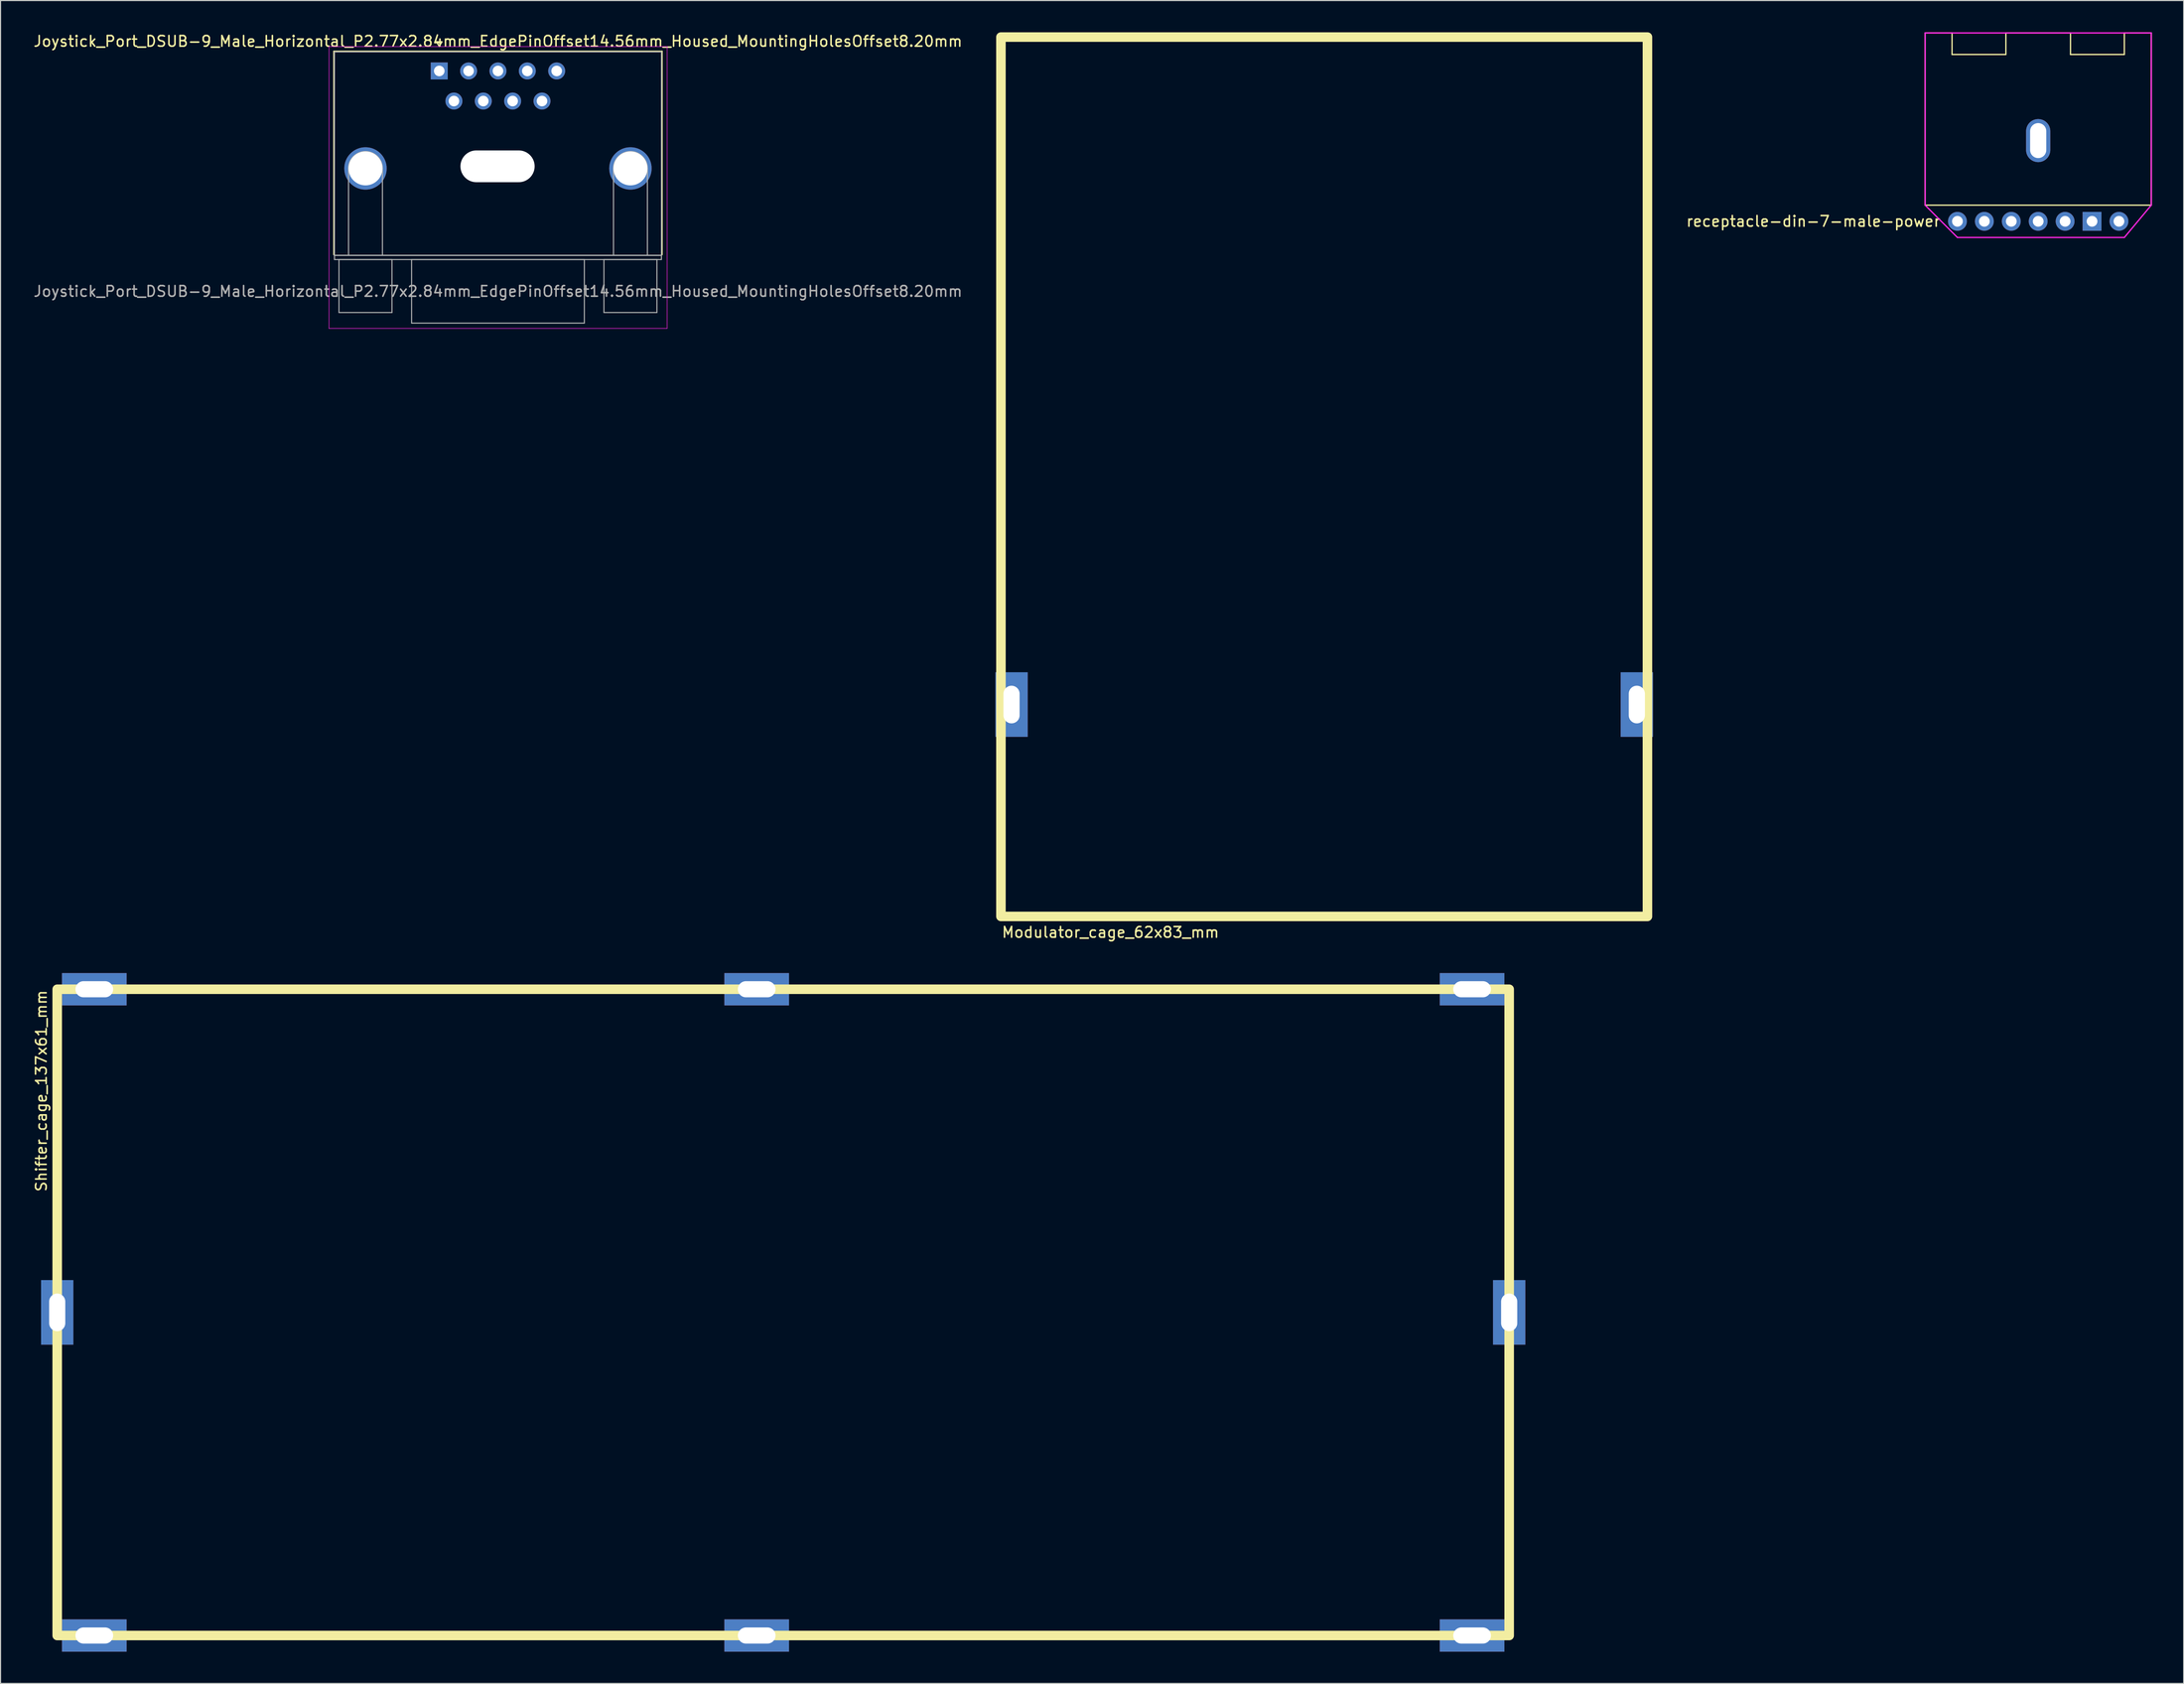
<source format=kicad_pcb>
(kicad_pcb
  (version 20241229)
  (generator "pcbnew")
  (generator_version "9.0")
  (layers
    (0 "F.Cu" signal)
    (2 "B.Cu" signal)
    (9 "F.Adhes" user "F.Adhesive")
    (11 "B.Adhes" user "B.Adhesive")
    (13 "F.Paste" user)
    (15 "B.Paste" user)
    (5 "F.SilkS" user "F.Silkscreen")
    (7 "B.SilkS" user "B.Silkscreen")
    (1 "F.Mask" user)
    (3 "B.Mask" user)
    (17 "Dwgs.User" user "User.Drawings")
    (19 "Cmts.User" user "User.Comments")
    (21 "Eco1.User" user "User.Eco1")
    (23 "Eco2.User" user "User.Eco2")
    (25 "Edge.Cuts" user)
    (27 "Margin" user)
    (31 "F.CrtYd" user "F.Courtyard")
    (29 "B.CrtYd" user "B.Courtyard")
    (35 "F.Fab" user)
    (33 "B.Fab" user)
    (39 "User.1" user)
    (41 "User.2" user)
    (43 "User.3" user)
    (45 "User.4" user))
  (footprint "Shifter_cage_137x61_mm"
    (layer "F.Cu")
    (at 70.848 120.822)
    (property "Reference" "Shifter_cage_137x61_mm" (at -70 -30.5 90) (unlocked yes) (layer "F.SilkS") (effects (font (size 1 1) (thickness 0.15)) (justify right)))
    (attr through_hole)
    (fp_rect (start -68.5 -30.5) (end 68.5 30.5) (stroke (width 0.9) (type default)) (fill no) (layer "F.SilkS"))
    (pad "1" thru_hole rect (at -68.5 0) (size 3.048 6.096) (drill oval 1.524 3.556) (layers "*.Cu" "*.Mask"))
    (pad "2" thru_hole rect (at -65 30.5) (size 6.096 3.048) (drill oval 3.556 1.524) (layers "*.Cu" "*.Mask"))
    (pad "3" thru_hole rect (at -2.5 30.5) (size 6.096 3.048) (drill oval 3.556 1.524) (layers "*.Cu" "*.Mask"))
    (pad "4" thru_hole rect (at 65 30.5) (size 6.096 3.048) (drill oval 3.556 1.524) (layers "*.Cu" "*.Mask"))
    (pad "5" thru_hole rect (at 68.5 0) (size 3.048 6.096) (drill oval 1.524 3.556) (layers "*.Cu" "*.Mask"))
    (pad "6" thru_hole rect (at 65 -30.5) (size 6.096 3.048) (drill oval 3.556 1.524) (layers "*.Cu" "*.Mask"))
    (pad "7" thru_hole rect (at -2.5 -30.5) (size 6.096 3.048) (drill oval 3.556 1.524) (layers "*.Cu" "*.Mask"))
    (pad "8" thru_hole rect (at -65 -30.5) (size 6.096 3.048) (drill oval 3.556 1.524) (layers "*.Cu" "*.Mask")))
  (footprint "Joystick_Port_DSUB-9_Male_Horizontal_P2.77x2.84mm_EdgePinOffset14.56mm_Housed_MountingHolesOffset8.20mm"
    (layer "F.Cu")
    (at 38.395 3.648)
    (property "Reference" "Joystick_Port_DSUB-9_Male_Horizontal_P2.77x2.84mm_EdgePinOffset14.56mm_Housed_MountingHolesOffset8.20mm" (at 5.54 -2.8 0) (layer "F.SilkS") (effects (font (size 1 1) (thickness 0.15))))
    (attr through_hole)
    (fp_line (start -9.945 -1.86) (end 21.025 -1.86) (stroke (width 0.12) (type solid)) (layer "F.SilkS"))
    (fp_line (start -9.945 17.34) (end -9.945 -1.86) (stroke (width 0.12) (type solid)) (layer "F.SilkS"))
    (fp_line (start -0.25 -2.754) (end 0.25 -2.754) (stroke (width 0.12) (type solid)) (layer "F.SilkS"))
    (fp_line (start 0 -2.321) (end -0.25 -2.754) (stroke (width 0.12) (type solid)) (layer "F.SilkS"))
    (fp_line (start 0.25 -2.754) (end 0 -2.321) (stroke (width 0.12) (type solid)) (layer "F.SilkS"))
    (fp_line (start 21.025 -1.86) (end 21.025 17.34) (stroke (width 0.12) (type solid)) (layer "F.SilkS"))
    (fp_line (start -10.4 -2.3) (end -10.4 24.3) (stroke (width 0.05) (type solid)) (layer "F.CrtYd"))
    (fp_line (start -10.4 24.3) (end 21.5 24.3) (stroke (width 0.05) (type solid)) (layer "F.CrtYd"))
    (fp_line (start 21.5 -2.3) (end -10.4 -2.3) (stroke (width 0.05) (type solid)) (layer "F.CrtYd"))
    (fp_line (start 21.5 24.3) (end 21.5 -2.3) (stroke (width 0.05) (type solid)) (layer "F.CrtYd"))
    (fp_line (start -9.885 -1.8) (end -9.885 17.4) (stroke (width 0.1) (type solid)) (layer "F.Fab"))
    (fp_line (start -9.885 17.4) (end -9.885 17.8) (stroke (width 0.1) (type solid)) (layer "F.Fab"))
    (fp_line (start -9.885 17.4) (end 20.965 17.4) (stroke (width 0.1) (type solid)) (layer "F.Fab"))
    (fp_line (start -9.885 17.8) (end 20.965 17.8) (stroke (width 0.1) (type solid)) (layer "F.Fab"))
    (fp_line (start -9.46 17.8) (end -9.46 22.8) (stroke (width 0.1) (type solid)) (layer "F.Fab"))
    (fp_line (start -9.46 22.8) (end -4.46 22.8) (stroke (width 0.1) (type solid)) (layer "F.Fab"))
    (fp_line (start -8.56 17.4) (end -8.56 9.2) (stroke (width 0.1) (type solid)) (layer "F.Fab"))
    (fp_line (start -5.36 17.4) (end -5.36 9.2) (stroke (width 0.1) (type solid)) (layer "F.Fab"))
    (fp_line (start -4.46 17.8) (end -9.46 17.8) (stroke (width 0.1) (type solid)) (layer "F.Fab"))
    (fp_line (start -4.46 22.8) (end -4.46 17.8) (stroke (width 0.1) (type solid)) (layer "F.Fab"))
    (fp_line (start -2.61 17.8) (end -2.61 23.8) (stroke (width 0.1) (type solid)) (layer "F.Fab"))
    (fp_line (start -2.61 23.8) (end 13.69 23.8) (stroke (width 0.1) (type solid)) (layer "F.Fab"))
    (fp_line (start 13.69 17.8) (end -2.61 17.8) (stroke (width 0.1) (type solid)) (layer "F.Fab"))
    (fp_line (start 13.69 23.8) (end 13.69 17.8) (stroke (width 0.1) (type solid)) (layer "F.Fab"))
    (fp_line (start 15.54 17.8) (end 15.54 22.8) (stroke (width 0.1) (type solid)) (layer "F.Fab"))
    (fp_line (start 15.54 22.8) (end 20.54 22.8) (stroke (width 0.1) (type solid)) (layer "F.Fab"))
    (fp_line (start 16.44 17.4) (end 16.44 9.2) (stroke (width 0.1) (type solid)) (layer "F.Fab"))
    (fp_line (start 19.64 17.4) (end 19.64 9.2) (stroke (width 0.1) (type solid)) (layer "F.Fab"))
    (fp_line (start 20.54 17.8) (end 15.54 17.8) (stroke (width 0.1) (type solid)) (layer "F.Fab"))
    (fp_line (start 20.54 22.8) (end 20.54 17.8) (stroke (width 0.1) (type solid)) (layer "F.Fab"))
    (fp_line (start 20.965 -1.8) (end -9.885 -1.8) (stroke (width 0.1) (type solid)) (layer "F.Fab"))
    (fp_line (start 20.965 17.4) (end -9.885 17.4) (stroke (width 0.1) (type solid)) (layer "F.Fab"))
    (fp_line (start 20.965 17.4) (end 20.965 -1.8) (stroke (width 0.1) (type solid)) (layer "F.Fab"))
    (fp_line (start 20.965 17.8) (end 20.965 17.4) (stroke (width 0.1) (type solid)) (layer "F.Fab"))
    (fp_arc (start -8.56 9.2) (mid -6.96 7.6) (end -5.36 9.2) (stroke (width 0.1) (type solid)) (layer "F.Fab"))
    (fp_arc (start 16.44 9.2) (mid 18.04 7.6) (end 19.64 9.2) (stroke (width 0.1) (type solid)) (layer "F.Fab"))
    (fp_text user "${REFERENCE}" (at 5.54 20.8 0) (layer "F.Fab") (effects (font (size 1 1) (thickness 0.15))))
    (pad "" np_thru_hole oval (at 5.5 9) (size 7 3) (drill oval 7 3) (layers "*.Cu" "*.Mask"))
    (pad "0" thru_hole circle (at -6.96 9.2) (size 4 4) (drill 3.2) (layers "*.Cu" "*.Mask"))
    (pad "0" thru_hole circle (at 18.04 9.2) (size 4 4) (drill 3.2) (layers "*.Cu" "*.Mask"))
    (pad "1" thru_hole rect (at 0 0) (size 1.6 1.6) (drill 1) (layers "*.Cu" "*.Mask"))
    (pad "2" thru_hole circle (at 2.77 0) (size 1.6 1.6) (drill 1) (layers "*.Cu" "*.Mask"))
    (pad "3" thru_hole circle (at 5.54 0) (size 1.6 1.6) (drill 1) (layers "*.Cu" "*.Mask"))
    (pad "4" thru_hole circle (at 8.31 0) (size 1.6 1.6) (drill 1) (layers "*.Cu" "*.Mask"))
    (pad "5" thru_hole circle (at 11.08 0) (size 1.6 1.6) (drill 1) (layers "*.Cu" "*.Mask"))
    (pad "6" thru_hole circle (at 1.385 2.84) (size 1.6 1.6) (drill 1) (layers "*.Cu" "*.Mask"))
    (pad "7" thru_hole circle (at 4.155 2.84) (size 1.6 1.6) (drill 1) (layers "*.Cu" "*.Mask"))
    (pad "8" thru_hole circle (at 6.925 2.84) (size 1.6 1.6) (drill 1) (layers "*.Cu" "*.Mask"))
    (pad "9" thru_hole circle (at 9.695 2.84) (size 1.6 1.6) (drill 1) (layers "*.Cu" "*.Mask")))
  (footprint "Modulator_cage_62x83_mm"
    (layer "F.Cu")
    (at 122.393 63.45)
    (property "Reference" "Modulator_cage_62x83_mm" (at -31 21.5 0) (unlocked yes) (layer "F.SilkS") (effects (font (size 1 1) (thickness 0.15)) (justify left)))
    (attr through_hole)
    (fp_rect (start -31 -63) (end 30 20) (stroke (width 0.9) (type default)) (fill no) (layer "F.SilkS"))
    (pad "1" thru_hole rect (at -30 0) (size 3.048 6.096) (drill oval 1.524 3.556) (layers "*.Cu" "*.Mask"))
    (pad "2" thru_hole rect (at 29 0) (size 3.048 6.096) (drill oval 1.524 3.556) (layers "*.Cu" "*.Mask")))
  (footprint "receptacle-din-7-male-power"
    (layer "F.Cu")
    (at 189.263 10.22)
    (property "Reference" "receptacle-din-7-male-power" (at -9.144 7.62 0) (unlocked yes) (layer "F.SilkS") (effects (font (size 1 1) (thickness 0.15)) (justify right)))
    (attr through_hole)
    (fp_line (start -10.668 -10.16) (end -8.128 -10.16) (stroke (width 0.12) (type solid)) (layer "F.SilkS"))
    (fp_line (start -10.668 6.096) (end -10.668 -10.16) (stroke (width 0.12) (type solid)) (layer "F.SilkS"))
    (fp_line (start -8.128 -10.16) (end -8.128 -8.128) (stroke (width 0.12) (type solid)) (layer "F.SilkS"))
    (fp_line (start -8.128 -8.128) (end -3.048 -8.128) (stroke (width 0.12) (type solid)) (layer "F.SilkS"))
    (fp_line (start -3.048 -8.128) (end -3.048 -10.16) (stroke (width 0.12) (type solid)) (layer "F.SilkS"))
    (fp_line (start 3.048 -10.16) (end -3.048 -10.16) (stroke (width 0.12) (type solid)) (layer "F.SilkS"))
    (fp_line (start 3.048 -10.16) (end 3.048 -8.128) (stroke (width 0.12) (type solid)) (layer "F.SilkS"))
    (fp_line (start 3.048 -8.128) (end 8.128 -8.128) (stroke (width 0.12) (type solid)) (layer "F.SilkS"))
    (fp_line (start 8.128 -10.16) (end 10.668 -10.16) (stroke (width 0.12) (type solid)) (layer "F.SilkS"))
    (fp_line (start 8.128 -8.128) (end 8.128 -10.16) (stroke (width 0.12) (type solid)) (layer "F.SilkS"))
    (fp_line (start 10.668 -10.16) (end 10.668 6.096) (stroke (width 0.12) (type solid)) (layer "F.SilkS"))
    (fp_line (start 10.668 6.096) (end -10.668 6.096) (stroke (width 0.12) (type solid)) (layer "F.SilkS"))
    (fp_line (start -10.668 -10.16) (end 10.668 -10.16) (stroke (width 0.12) (type solid)) (layer "F.CrtYd"))
    (fp_line (start -10.668 6.096) (end -10.668 -10.16) (stroke (width 0.12) (type solid)) (layer "F.CrtYd"))
    (fp_line (start -7.62 9.144) (end -10.668 6.096) (stroke (width 0.12) (type solid)) (layer "F.CrtYd"))
    (fp_line (start 8.128 9.144) (end -7.62 9.144) (stroke (width 0.12) (type solid)) (layer "F.CrtYd"))
    (fp_line (start 10.668 -10.16) (end 10.668 6.096) (stroke (width 0.12) (type solid)) (layer "F.CrtYd"))
    (fp_line (start 10.668 6.096) (end 8.128 9.144) (stroke (width 0.12) (type solid)) (layer "F.CrtYd"))
    (pad "1" thru_hole rect (at 5.08 7.62) (size 1.778 1.778) (drill 1.016) (layers "*.Cu" "*.Mask"))
    (pad "2" thru_hole circle (at 0 7.62) (size 1.778 1.778) (drill 1.016) (layers "*.Cu" "*.Mask"))
    (pad "3" thru_hole circle (at -5.08 7.62) (size 1.778 1.778) (drill 1.016) (layers "*.Cu" "*.Mask"))
    (pad "4" thru_hole circle (at 2.54 7.62) (size 1.778 1.778) (drill 1.016) (layers "*.Cu" "*.Mask"))
    (pad "5" thru_hole circle (at -2.54 7.62) (size 1.778 1.778) (drill 1.016) (layers "*.Cu" "*.Mask"))
    (pad "6" thru_hole circle (at 7.62 7.62) (size 1.778 1.778) (drill 1.016) (layers "*.Cu" "*.Mask"))
    (pad "7" thru_hole circle (at -7.62 7.62) (size 1.778 1.778) (drill 1.016) (layers "*.Cu" "*.Mask"))
    (pad "8" thru_hole oval (at 0 0) (size 2.286 4.064) (drill oval 1.524 3.302) (layers "*.Cu" "*.Mask")))
  (gr_rect
    (start -3 -3)
    (end 202.991 155.846)
    (stroke (width 0.1) (type default))
    (fill no)
    (layer "Edge.Cuts")))
</source>
